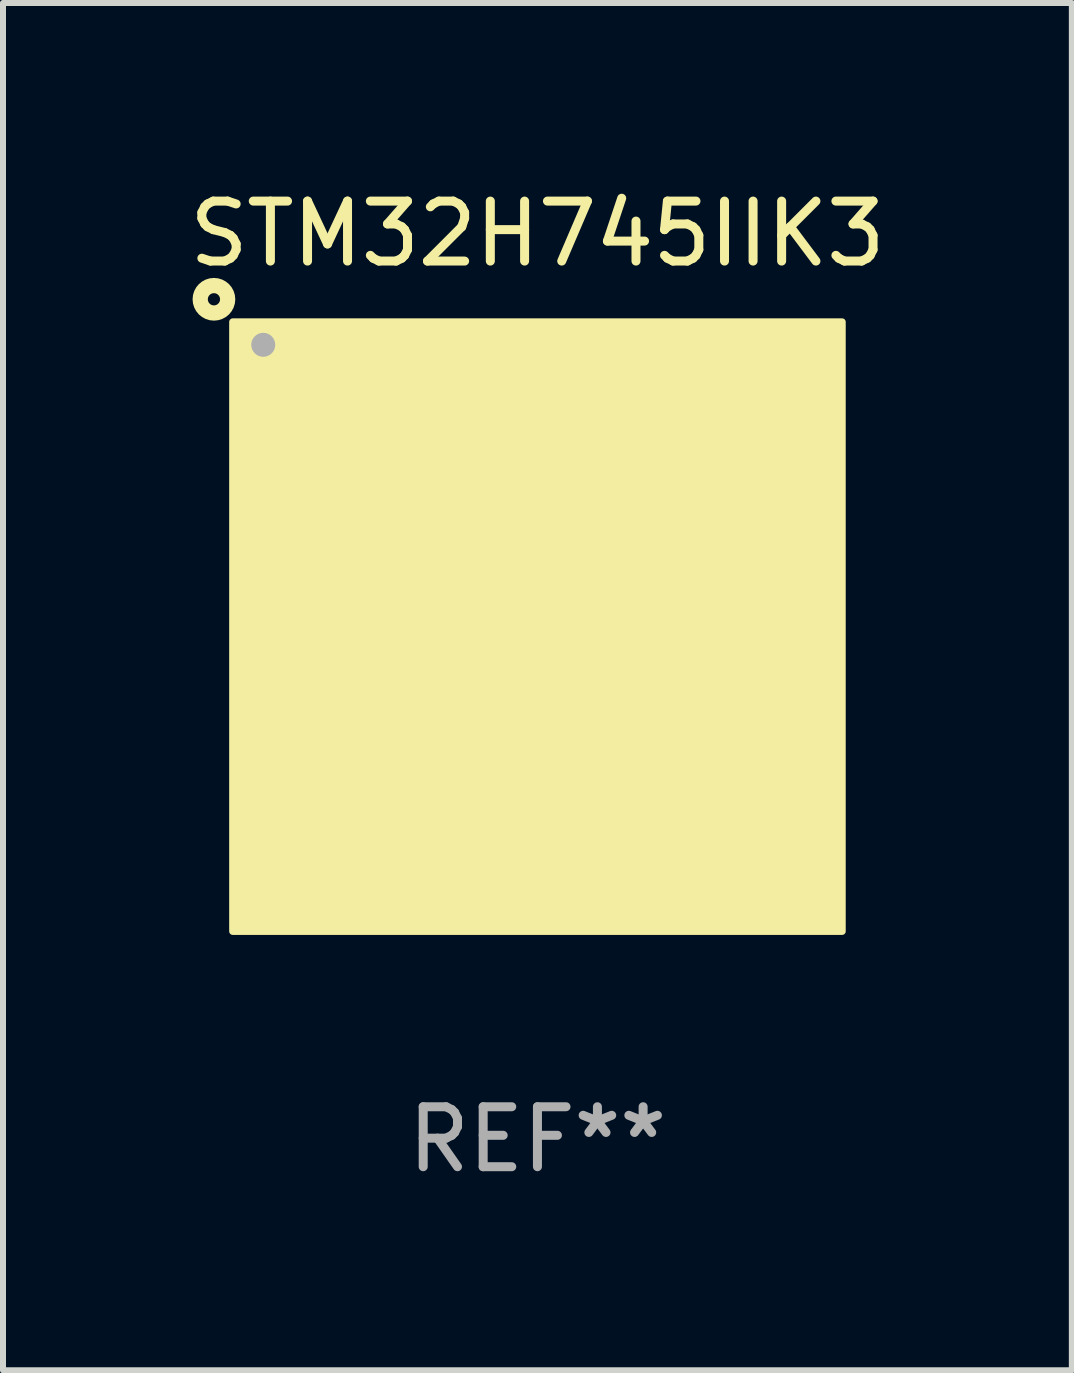
<source format=kicad_pcb>
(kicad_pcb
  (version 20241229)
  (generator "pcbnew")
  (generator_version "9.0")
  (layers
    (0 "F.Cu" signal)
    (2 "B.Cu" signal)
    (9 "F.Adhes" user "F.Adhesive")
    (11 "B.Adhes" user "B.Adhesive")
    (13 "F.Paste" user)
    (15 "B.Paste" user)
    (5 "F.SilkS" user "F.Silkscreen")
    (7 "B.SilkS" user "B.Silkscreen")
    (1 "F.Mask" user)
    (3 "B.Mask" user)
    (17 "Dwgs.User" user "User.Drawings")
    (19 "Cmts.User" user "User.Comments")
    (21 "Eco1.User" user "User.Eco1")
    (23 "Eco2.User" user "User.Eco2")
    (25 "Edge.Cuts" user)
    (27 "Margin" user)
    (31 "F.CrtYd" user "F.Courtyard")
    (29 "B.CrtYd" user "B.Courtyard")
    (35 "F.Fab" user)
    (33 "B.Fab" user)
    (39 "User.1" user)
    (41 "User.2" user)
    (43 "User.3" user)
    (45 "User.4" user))
  (footprint "STM32H745IIK3"
    (layer "F.Cu")
    (at 5.911 7.398)
    (property "Reference" "STM32H745IIK3" (at 0 -6.55 0) (layer "F.SilkS") (effects (font (size 1 1) (thickness 0.15))))
    (attr through_hole)
    (fp_circle (center -5.394 -5.458) (end -5.292 -5.458) (stroke (width 0.254) (type solid)) (fill no) (layer "F.SilkS"))
    (fp_circle (center -5 -5) (end -4.97 -5) (stroke (width 0.06) (type solid)) (fill no) (layer "F.SilkS"))
    (fp_poly (pts (xy -5.08 -5.08) (xy 5.08 -5.08) (xy 5.08 5.08) (xy -5.08 5.08)) (stroke (width 0.12) (type solid)) (fill yes) (layer "F.SilkS"))
    (fp_circle (center -4.572 -4.699) (end -4.472 -4.699) (stroke (width 0.2) (type solid)) (fill no) (layer "F.Fab"))
    (fp_text user "REF**" (at 0 8.55 0) (layer "F.Fab") (effects (font (size 1 1) (thickness 0.15))))
    (pad "A1" smd circle (at -4.55 -4.55) (size 0.3 0.3) (layers "F.Cu" "F.Mask" "F.Paste"))
    (pad "A2" smd circle (at -3.9 -4.55) (size 0.3 0.3) (layers "F.Cu" "F.Mask" "F.Paste"))
    (pad "A3" smd circle (at -3.25 -4.55) (size 0.3 0.3) (layers "F.Cu" "F.Mask" "F.Paste"))
    (pad "A4" smd circle (at -2.6 -4.55) (size 0.3 0.3) (layers "F.Cu" "F.Mask" "F.Paste"))
    (pad "A5" smd circle (at -1.95 -4.55) (size 0.3 0.3) (layers "F.Cu" "F.Mask" "F.Paste"))
    (pad "A6" smd circle (at -1.3 -4.55) (size 0.3 0.3) (layers "F.Cu" "F.Mask" "F.Paste"))
    (pad "A7" smd circle (at -0.65 -4.55) (size 0.3 0.3) (layers "F.Cu" "F.Mask" "F.Paste"))
    (pad "A8" smd circle (at -0.000127 -4.55) (size 0.3 0.3) (layers "F.Cu" "F.Mask" "F.Paste"))
    (pad "A9" smd circle (at 0.65 -4.55) (size 0.3 0.3) (layers "F.Cu" "F.Mask" "F.Paste"))
    (pad "A10" smd circle (at 1.3 -4.55) (size 0.3 0.3) (layers "F.Cu" "F.Mask" "F.Paste"))
    (pad "A11" smd circle (at 1.95 -4.55) (size 0.3 0.3) (layers "F.Cu" "F.Mask" "F.Paste"))
    (pad "A12" smd circle (at 2.6 -4.55) (size 0.3 0.3) (layers "F.Cu" "F.Mask" "F.Paste"))
    (pad "A13" smd circle (at 3.25 -4.55) (size 0.3 0.3) (layers "F.Cu" "F.Mask" "F.Paste"))
    (pad "A14" smd circle (at 3.9 -4.55) (size 0.3 0.3) (layers "F.Cu" "F.Mask" "F.Paste"))
    (pad "A15" smd circle (at 4.55 -4.55) (size 0.3 0.3) (layers "F.Cu" "F.Mask" "F.Paste"))
    (pad "B1" smd circle (at -4.55 -3.9) (size 0.3 0.3) (layers "F.Cu" "F.Mask" "F.Paste"))
    (pad "B2" smd circle (at -3.9 -3.9) (size 0.3 0.3) (layers "F.Cu" "F.Mask" "F.Paste"))
    (pad "B3" smd circle (at -3.25 -3.9) (size 0.3 0.3) (layers "F.Cu" "F.Mask" "F.Paste"))
    (pad "B4" smd circle (at -2.6 -3.9) (size 0.3 0.3) (layers "F.Cu" "F.Mask" "F.Paste"))
    (pad "B5" smd circle (at -1.95 -3.9) (size 0.3 0.3) (layers "F.Cu" "F.Mask" "F.Paste"))
    (pad "B6" smd circle (at -1.3 -3.9) (size 0.3 0.3) (layers "F.Cu" "F.Mask" "F.Paste"))
    (pad "B7" smd circle (at -0.65 -3.9) (size 0.3 0.3) (layers "F.Cu" "F.Mask" "F.Paste"))
    (pad "B8" smd circle (at 0.000127 -3.9) (size 0.3 0.3) (layers "F.Cu" "F.Mask" "F.Paste"))
    (pad "B9" smd circle (at 0.65 -3.9) (size 0.3 0.3) (layers "F.Cu" "F.Mask" "F.Paste"))
    (pad "B10" smd circle (at 1.3 -3.9) (size 0.3 0.3) (layers "F.Cu" "F.Mask" "F.Paste"))
    (pad "B11" smd circle (at 1.95 -3.9) (size 0.3 0.3) (layers "F.Cu" "F.Mask" "F.Paste"))
    (pad "B12" smd circle (at 2.6 -3.9) (size 0.3 0.3) (layers "F.Cu" "F.Mask" "F.Paste"))
    (pad "B13" smd circle (at 3.25 -3.9) (size 0.3 0.3) (layers "F.Cu" "F.Mask" "F.Paste"))
    (pad "B14" smd circle (at 3.9 -3.9) (size 0.3 0.3) (layers "F.Cu" "F.Mask" "F.Paste"))
    (pad "B15" smd circle (at 4.55 -3.9) (size 0.3 0.3) (layers "F.Cu" "F.Mask" "F.Paste"))
    (pad "C1" smd circle (at -4.55 -3.25) (size 0.3 0.3) (layers "F.Cu" "F.Mask" "F.Paste"))
    (pad "C2" smd circle (at -3.9 -3.25) (size 0.3 0.3) (layers "F.Cu" "F.Mask" "F.Paste"))
    (pad "C3" smd circle (at -3.25 -3.25) (size 0.3 0.3) (layers "F.Cu" "F.Mask" "F.Paste"))
    (pad "C4" smd circle (at -2.6 -3.25) (size 0.3 0.3) (layers "F.Cu" "F.Mask" "F.Paste"))
    (pad "C5" smd circle (at -1.95 -3.25) (size 0.3 0.3) (layers "F.Cu" "F.Mask" "F.Paste"))
    (pad "C6" smd circle (at -1.3 -3.25) (size 0.3 0.3) (layers "F.Cu" "F.Mask" "F.Paste"))
    (pad "C7" smd circle (at -0.65 -3.25) (size 0.3 0.3) (layers "F.Cu" "F.Mask" "F.Paste"))
    (pad "C8" smd circle (at 0.000127 -3.25) (size 0.3 0.3) (layers "F.Cu" "F.Mask" "F.Paste"))
    (pad "C9" smd circle (at 0.65 -3.25) (size 0.3 0.3) (layers "F.Cu" "F.Mask" "F.Paste"))
    (pad "C10" smd circle (at 1.3 -3.25) (size 0.3 0.3) (layers "F.Cu" "F.Mask" "F.Paste"))
    (pad "C11" smd circle (at 1.95 -3.25) (size 0.3 0.3) (layers "F.Cu" "F.Mask" "F.Paste"))
    (pad "C12" smd circle (at 2.6 -3.25) (size 0.3 0.3) (layers "F.Cu" "F.Mask" "F.Paste"))
    (pad "C13" smd circle (at 3.25 -3.25) (size 0.3 0.3) (layers "F.Cu" "F.Mask" "F.Paste"))
    (pad "C14" smd circle (at 3.9 -3.25) (size 0.3 0.3) (layers "F.Cu" "F.Mask" "F.Paste"))
    (pad "C15" smd circle (at 4.55 -3.25) (size 0.3 0.3) (layers "F.Cu" "F.Mask" "F.Paste"))
    (pad "D1" smd circle (at -4.55 -2.6) (size 0.3 0.3) (layers "F.Cu" "F.Mask" "F.Paste"))
    (pad "D2" smd circle (at -3.9 -2.6) (size 0.3 0.3) (layers "F.Cu" "F.Mask" "F.Paste"))
    (pad "D3" smd circle (at -3.25 -2.6) (size 0.3 0.3) (layers "F.Cu" "F.Mask" "F.Paste"))
    (pad "D4" smd circle (at -2.6 -2.6) (size 0.3 0.3) (layers "F.Cu" "F.Mask" "F.Paste"))
    (pad "D5" smd circle (at -1.95 -2.6) (size 0.3 0.3) (layers "F.Cu" "F.Mask" "F.Paste"))
    (pad "D6" smd circle (at -1.3 -2.6) (size 0.3 0.3) (layers "F.Cu" "F.Mask" "F.Paste"))
    (pad "D7" smd circle (at -0.65 -2.6) (size 0.3 0.3) (layers "F.Cu" "F.Mask" "F.Paste"))
    (pad "D8" smd circle (at -0.000127 -2.6) (size 0.3 0.3) (layers "F.Cu" "F.Mask" "F.Paste"))
    (pad "D9" smd circle (at 0.65 -2.6) (size 0.3 0.3) (layers "F.Cu" "F.Mask" "F.Paste"))
    (pad "D10" smd circle (at 1.3 -2.6) (size 0.3 0.3) (layers "F.Cu" "F.Mask" "F.Paste"))
    (pad "D11" smd circle (at 1.95 -2.6) (size 0.3 0.3) (layers "F.Cu" "F.Mask" "F.Paste"))
    (pad "D12" smd circle (at 2.6 -2.6) (size 0.3 0.3) (layers "F.Cu" "F.Mask" "F.Paste"))
    (pad "D13" smd circle (at 3.25 -2.6) (size 0.3 0.3) (layers "F.Cu" "F.Mask" "F.Paste"))
    (pad "D14" smd circle (at 3.9 -2.6) (size 0.3 0.3) (layers "F.Cu" "F.Mask" "F.Paste"))
    (pad "D15" smd circle (at 4.55 -2.6) (size 0.3 0.3) (layers "F.Cu" "F.Mask" "F.Paste"))
    (pad "E1" smd circle (at -4.55 -1.95) (size 0.3 0.3) (layers "F.Cu" "F.Mask" "F.Paste"))
    (pad "E2" smd circle (at -3.9 -1.95) (size 0.3 0.3) (layers "F.Cu" "F.Mask" "F.Paste"))
    (pad "E3" smd circle (at -3.25 -1.95) (size 0.3 0.3) (layers "F.Cu" "F.Mask" "F.Paste"))
    (pad "E4" smd circle (at -2.6 -1.95) (size 0.3 0.3) (layers "F.Cu" "F.Mask" "F.Paste"))
    (pad "E12" smd circle (at 2.6 -1.95) (size 0.3 0.3) (layers "F.Cu" "F.Mask" "F.Paste"))
    (pad "E13" smd circle (at 3.25 -1.95) (size 0.3 0.3) (layers "F.Cu" "F.Mask" "F.Paste"))
    (pad "E14" smd circle (at 3.9 -1.95) (size 0.3 0.3) (layers "F.Cu" "F.Mask" "F.Paste"))
    (pad "E15" smd circle (at 4.55 -1.95) (size 0.3 0.3) (layers "F.Cu" "F.Mask" "F.Paste"))
    (pad "F1" smd circle (at -4.55 -1.3) (size 0.3 0.3) (layers "F.Cu" "F.Mask" "F.Paste"))
    (pad "F2" smd circle (at -3.9 -1.3) (size 0.3 0.3) (layers "F.Cu" "F.Mask" "F.Paste"))
    (pad "F3" smd circle (at -3.25 -1.3) (size 0.3 0.3) (layers "F.Cu" "F.Mask" "F.Paste"))
    (pad "F4" smd circle (at -2.6 -1.3) (size 0.3 0.3) (layers "F.Cu" "F.Mask" "F.Paste"))
    (pad "F6" smd circle (at -1.3 -1.3) (size 0.3 0.3) (layers "F.Cu" "F.Mask" "F.Paste"))
    (pad "F7" smd circle (at -0.65 -1.3) (size 0.3 0.3) (layers "F.Cu" "F.Mask" "F.Paste"))
    (pad "F8" smd circle (at 0.000127 -1.3) (size 0.3 0.3) (layers "F.Cu" "F.Mask" "F.Paste"))
    (pad "F9" smd circle (at 0.65 -1.3) (size 0.3 0.3) (layers "F.Cu" "F.Mask" "F.Paste"))
    (pad "F10" smd circle (at 1.3 -1.3) (size 0.3 0.3) (layers "F.Cu" "F.Mask" "F.Paste"))
    (pad "F12" smd circle (at 2.6 -1.3) (size 0.3 0.3) (layers "F.Cu" "F.Mask" "F.Paste"))
    (pad "F13" smd circle (at 3.25 -1.3) (size 0.3 0.3) (layers "F.Cu" "F.Mask" "F.Paste"))
    (pad "F14" smd circle (at 3.9 -1.3) (size 0.3 0.3) (layers "F.Cu" "F.Mask" "F.Paste"))
    (pad "F15" smd circle (at 4.55 -1.3) (size 0.3 0.3) (layers "F.Cu" "F.Mask" "F.Paste"))
    (pad "G1" smd circle (at -4.55 -0.65) (size 0.3 0.3) (layers "F.Cu" "F.Mask" "F.Paste"))
    (pad "G2" smd circle (at -3.9 -0.65) (size 0.3 0.3) (layers "F.Cu" "F.Mask" "F.Paste"))
    (pad "G3" smd circle (at -3.25 -0.65) (size 0.3 0.3) (layers "F.Cu" "F.Mask" "F.Paste"))
    (pad "G4" smd circle (at -2.6 -0.65) (size 0.3 0.3) (layers "F.Cu" "F.Mask" "F.Paste"))
    (pad "G6" smd circle (at -1.3 -0.65) (size 0.3 0.3) (layers "F.Cu" "F.Mask" "F.Paste"))
    (pad "G7" smd circle (at -0.65 -0.65) (size 0.3 0.3) (layers "F.Cu" "F.Mask" "F.Paste"))
    (pad "G8" smd circle (at -0.000127 -0.65) (size 0.3 0.3) (layers "F.Cu" "F.Mask" "F.Paste"))
    (pad "G9" smd circle (at 0.65 -0.65) (size 0.3 0.3) (layers "F.Cu" "F.Mask" "F.Paste"))
    (pad "G10" smd circle (at 1.3 -0.65) (size 0.3 0.3) (layers "F.Cu" "F.Mask" "F.Paste"))
    (pad "G12" smd circle (at 2.6 -0.65) (size 0.3 0.3) (layers "F.Cu" "F.Mask" "F.Paste"))
    (pad "G13" smd circle (at 3.25 -0.65) (size 0.3 0.3) (layers "F.Cu" "F.Mask" "F.Paste"))
    (pad "G14" smd circle (at 3.9 -0.65) (size 0.3 0.3) (layers "F.Cu" "F.Mask" "F.Paste"))
    (pad "G15" smd circle (at 4.55 -0.65) (size 0.3 0.3) (layers "F.Cu" "F.Mask" "F.Paste"))
    (pad "H1" smd circle (at -4.55 -0.000127) (size 0.3 0.3) (layers "F.Cu" "F.Mask" "F.Paste"))
    (pad "H2" smd circle (at -3.9 -0.000127) (size 0.3 0.3) (layers "F.Cu" "F.Mask" "F.Paste"))
    (pad "H3" smd circle (at -3.25 -0.000127) (size 0.3 0.3) (layers "F.Cu" "F.Mask" "F.Paste"))
    (pad "H4" smd circle (at -2.6 -0.000127) (size 0.3 0.3) (layers "F.Cu" "F.Mask" "F.Paste"))
    (pad "H6" smd circle (at -1.3 -0.000127) (size 0.3 0.3) (layers "F.Cu" "F.Mask" "F.Paste"))
    (pad "H7" smd circle (at -0.65 -0.000127) (size 0.3 0.3) (layers "F.Cu" "F.Mask" "F.Paste"))
    (pad "H8" smd circle (at -0.000127 -0.000127) (size 0.3 0.3) (layers "F.Cu" "F.Mask" "F.Paste"))
    (pad "H9" smd circle (at 0.65 -0.000127) (size 0.3 0.3) (layers "F.Cu" "F.Mask" "F.Paste"))
    (pad "H10" smd circle (at 1.3 -0.000127) (size 0.3 0.3) (layers "F.Cu" "F.Mask" "F.Paste"))
    (pad "H12" smd circle (at 2.6 -0.000127) (size 0.3 0.3) (layers "F.Cu" "F.Mask" "F.Paste"))
    (pad "H13" smd circle (at 3.25 -0.000127) (size 0.3 0.3) (layers "F.Cu" "F.Mask" "F.Paste"))
    (pad "H14" smd circle (at 3.9 -0.000127) (size 0.3 0.3) (layers "F.Cu" "F.Mask" "F.Paste"))
    (pad "H15" smd circle (at 4.55 -0.000127) (size 0.3 0.3) (layers "F.Cu" "F.Mask" "F.Paste"))
    (pad "J1" smd circle (at -4.55 0.65) (size 0.3 0.3) (layers "F.Cu" "F.Mask" "F.Paste"))
    (pad "J2" smd circle (at -3.9 0.65) (size 0.3 0.3) (layers "F.Cu" "F.Mask" "F.Paste"))
    (pad "J3" smd circle (at -3.25 0.65) (size 0.3 0.3) (layers "F.Cu" "F.Mask" "F.Paste"))
    (pad "J4" smd circle (at -2.6 0.65) (size 0.3 0.3) (layers "F.Cu" "F.Mask" "F.Paste"))
    (pad "J6" smd circle (at -1.3 0.65) (size 0.3 0.3) (layers "F.Cu" "F.Mask" "F.Paste"))
    (pad "J7" smd circle (at -0.65 0.65) (size 0.3 0.3) (layers "F.Cu" "F.Mask" "F.Paste"))
    (pad "J8" smd circle (at -0.000127 0.65) (size 0.3 0.3) (layers "F.Cu" "F.Mask" "F.Paste"))
    (pad "J9" smd circle (at 0.65 0.65) (size 0.3 0.3) (layers "F.Cu" "F.Mask" "F.Paste"))
    (pad "J10" smd circle (at 1.3 0.65) (size 0.3 0.3) (layers "F.Cu" "F.Mask" "F.Paste"))
    (pad "J12" smd circle (at 2.6 0.65) (size 0.3 0.3) (layers "F.Cu" "F.Mask" "F.Paste"))
    (pad "J13" smd circle (at 3.25 0.65) (size 0.3 0.3) (layers "F.Cu" "F.Mask" "F.Paste"))
    (pad "J14" smd circle (at 3.9 0.65) (size 0.3 0.3) (layers "F.Cu" "F.Mask" "F.Paste"))
    (pad "J15" smd circle (at 4.55 0.65) (size 0.3 0.3) (layers "F.Cu" "F.Mask" "F.Paste"))
    (pad "K1" smd circle (at -4.55 1.3) (size 0.3 0.3) (layers "F.Cu" "F.Mask" "F.Paste"))
    (pad "K2" smd circle (at -3.9 1.3) (size 0.3 0.3) (layers "F.Cu" "F.Mask" "F.Paste"))
    (pad "K3" smd circle (at -3.25 1.3) (size 0.3 0.3) (layers "F.Cu" "F.Mask" "F.Paste"))
    (pad "K4" smd circle (at -2.6 1.3) (size 0.3 0.3) (layers "F.Cu" "F.Mask" "F.Paste"))
    (pad "K6" smd circle (at -1.3 1.3) (size 0.3 0.3) (layers "F.Cu" "F.Mask" "F.Paste"))
    (pad "K7" smd circle (at -0.65 1.3) (size 0.3 0.3) (layers "F.Cu" "F.Mask" "F.Paste"))
    (pad "K8" smd circle (at 0.000127 1.3) (size 0.3 0.3) (layers "F.Cu" "F.Mask" "F.Paste"))
    (pad "K9" smd circle (at 0.65 1.3) (size 0.3 0.3) (layers "F.Cu" "F.Mask" "F.Paste"))
    (pad "K10" smd circle (at 1.3 1.3) (size 0.3 0.3) (layers "F.Cu" "F.Mask" "F.Paste"))
    (pad "K12" smd circle (at 2.6 1.3) (size 0.3 0.3) (layers "F.Cu" "F.Mask" "F.Paste"))
    (pad "K13" smd circle (at 3.25 1.3) (size 0.3 0.3) (layers "F.Cu" "F.Mask" "F.Paste"))
    (pad "K14" smd circle (at 3.9 1.3) (size 0.3 0.3) (layers "F.Cu" "F.Mask" "F.Paste"))
    (pad "K15" smd circle (at 4.55 1.3) (size 0.3 0.3) (layers "F.Cu" "F.Mask" "F.Paste"))
    (pad "L1" smd circle (at -4.55 1.95) (size 0.3 0.3) (layers "F.Cu" "F.Mask" "F.Paste"))
    (pad "L2" smd circle (at -3.9 1.95) (size 0.3 0.3) (layers "F.Cu" "F.Mask" "F.Paste"))
    (pad "L3" smd circle (at -3.25 1.95) (size 0.3 0.3) (layers "F.Cu" "F.Mask" "F.Paste"))
    (pad "L4" smd circle (at -2.6 1.95) (size 0.3 0.3) (layers "F.Cu" "F.Mask" "F.Paste"))
    (pad "L12" smd circle (at 2.6 1.95) (size 0.3 0.3) (layers "F.Cu" "F.Mask" "F.Paste"))
    (pad "L13" smd circle (at 3.25 1.95) (size 0.3 0.3) (layers "F.Cu" "F.Mask" "F.Paste"))
    (pad "L14" smd circle (at 3.9 1.95) (size 0.3 0.3) (layers "F.Cu" "F.Mask" "F.Paste"))
    (pad "L15" smd circle (at 4.55 1.95) (size 0.3 0.3) (layers "F.Cu" "F.Mask" "F.Paste"))
    (pad "M1" smd circle (at -4.55 2.6) (size 0.3 0.3) (layers "F.Cu" "F.Mask" "F.Paste"))
    (pad "M2" smd circle (at -3.9 2.6) (size 0.3 0.3) (layers "F.Cu" "F.Mask" "F.Paste"))
    (pad "M3" smd circle (at -3.25 2.6) (size 0.3 0.3) (layers "F.Cu" "F.Mask" "F.Paste"))
    (pad "M4" smd circle (at -2.6 2.6) (size 0.3 0.3) (layers "F.Cu" "F.Mask" "F.Paste"))
    (pad "M5" smd circle (at -1.95 2.6) (size 0.3 0.3) (layers "F.Cu" "F.Mask" "F.Paste"))
    (pad "M6" smd circle (at -1.3 2.6) (size 0.3 0.3) (layers "F.Cu" "F.Mask" "F.Paste"))
    (pad "M7" smd circle (at -0.65 2.6) (size 0.3 0.3) (layers "F.Cu" "F.Mask" "F.Paste"))
    (pad "M8" smd circle (at -0.000127 2.6) (size 0.3 0.3) (layers "F.Cu" "F.Mask" "F.Paste"))
    (pad "M9" smd circle (at 0.65 2.6) (size 0.3 0.3) (layers "F.Cu" "F.Mask" "F.Paste"))
    (pad "M10" smd circle (at 1.3 2.6) (size 0.3 0.3) (layers "F.Cu" "F.Mask" "F.Paste"))
    (pad "M11" smd circle (at 1.95 2.6) (size 0.3 0.3) (layers "F.Cu" "F.Mask" "F.Paste"))
    (pad "M12" smd circle (at 2.6 2.6) (size 0.3 0.3) (layers "F.Cu" "F.Mask" "F.Paste"))
    (pad "M13" smd circle (at 3.25 2.6) (size 0.3 0.3) (layers "F.Cu" "F.Mask" "F.Paste"))
    (pad "M14" smd circle (at 3.9 2.6) (size 0.3 0.3) (layers "F.Cu" "F.Mask" "F.Paste"))
    (pad "M15" smd circle (at 4.55 2.6) (size 0.3 0.3) (layers "F.Cu" "F.Mask" "F.Paste"))
    (pad "N1" smd circle (at -4.55 3.25) (size 0.3 0.3) (layers "F.Cu" "F.Mask" "F.Paste"))
    (pad "N2" smd circle (at -3.9 3.25) (size 0.3 0.3) (layers "F.Cu" "F.Mask" "F.Paste"))
    (pad "N3" smd circle (at -3.25 3.25) (size 0.3 0.3) (layers "F.Cu" "F.Mask" "F.Paste"))
    (pad "N4" smd circle (at -2.6 3.25) (size 0.3 0.3) (layers "F.Cu" "F.Mask" "F.Paste"))
    (pad "N5" smd circle (at -1.95 3.25) (size 0.3 0.3) (layers "F.Cu" "F.Mask" "F.Paste"))
    (pad "N6" smd circle (at -1.3 3.25) (size 0.3 0.3) (layers "F.Cu" "F.Mask" "F.Paste"))
    (pad "N7" smd circle (at -0.65 3.25) (size 0.3 0.3) (layers "F.Cu" "F.Mask" "F.Paste"))
    (pad "N8" smd circle (at -0.000127 3.25) (size 0.3 0.3) (layers "F.Cu" "F.Mask" "F.Paste"))
    (pad "N9" smd circle (at 0.65 3.25) (size 0.3 0.3) (layers "F.Cu" "F.Mask" "F.Paste"))
    (pad "N10" smd circle (at 1.3 3.25) (size 0.3 0.3) (layers "F.Cu" "F.Mask" "F.Paste"))
    (pad "N11" smd circle (at 1.95 3.25) (size 0.3 0.3) (layers "F.Cu" "F.Mask" "F.Paste"))
    (pad "N12" smd circle (at 2.6 3.25) (size 0.3 0.3) (layers "F.Cu" "F.Mask" "F.Paste"))
    (pad "N13" smd circle (at 3.25 3.25) (size 0.3 0.3) (layers "F.Cu" "F.Mask" "F.Paste"))
    (pad "N14" smd circle (at 3.9 3.25) (size 0.3 0.3) (layers "F.Cu" "F.Mask" "F.Paste"))
    (pad "N15" smd circle (at 4.55 3.25) (size 0.3 0.3) (layers "F.Cu" "F.Mask" "F.Paste"))
    (pad "P1" smd circle (at -4.55 3.9) (size 0.3 0.3) (layers "F.Cu" "F.Mask" "F.Paste"))
    (pad "P2" smd circle (at -3.9 3.9) (size 0.3 0.3) (layers "F.Cu" "F.Mask" "F.Paste"))
    (pad "P3" smd circle (at -3.25 3.9) (size 0.3 0.3) (layers "F.Cu" "F.Mask" "F.Paste"))
    (pad "P4" smd circle (at -2.6 3.9) (size 0.3 0.3) (layers "F.Cu" "F.Mask" "F.Paste"))
    (pad "P5" smd circle (at -1.95 3.9) (size 0.3 0.3) (layers "F.Cu" "F.Mask" "F.Paste"))
    (pad "P6" smd circle (at -1.3 3.9) (size 0.3 0.3) (layers "F.Cu" "F.Mask" "F.Paste"))
    (pad "P7" smd circle (at -0.65 3.9) (size 0.3 0.3) (layers "F.Cu" "F.Mask" "F.Paste"))
    (pad "P8" smd circle (at 0.000127 3.9) (size 0.3 0.3) (layers "F.Cu" "F.Mask" "F.Paste"))
    (pad "P9" smd circle (at 0.65 3.9) (size 0.3 0.3) (layers "F.Cu" "F.Mask" "F.Paste"))
    (pad "P10" smd circle (at 1.3 3.9) (size 0.3 0.3) (layers "F.Cu" "F.Mask" "F.Paste"))
    (pad "P11" smd circle (at 1.95 3.9) (size 0.3 0.3) (layers "F.Cu" "F.Mask" "F.Paste"))
    (pad "P12" smd circle (at 2.6 3.9) (size 0.3 0.3) (layers "F.Cu" "F.Mask" "F.Paste"))
    (pad "P13" smd circle (at 3.25 3.9) (size 0.3 0.3) (layers "F.Cu" "F.Mask" "F.Paste"))
    (pad "P14" smd circle (at 3.9 3.9) (size 0.3 0.3) (layers "F.Cu" "F.Mask" "F.Paste"))
    (pad "P15" smd circle (at 4.55 3.9) (size 0.3 0.3) (layers "F.Cu" "F.Mask" "F.Paste"))
    (pad "R1" smd circle (at -4.55 4.55) (size 0.3 0.3) (layers "F.Cu" "F.Mask" "F.Paste"))
    (pad "R2" smd circle (at -3.9 4.55) (size 0.3 0.3) (layers "F.Cu" "F.Mask" "F.Paste"))
    (pad "R3" smd circle (at -3.25 4.55) (size 0.3 0.3) (layers "F.Cu" "F.Mask" "F.Paste"))
    (pad "R4" smd circle (at -2.6 4.55) (size 0.3 0.3) (layers "F.Cu" "F.Mask" "F.Paste"))
    (pad "R5" smd circle (at -1.95 4.55) (size 0.3 0.3) (layers "F.Cu" "F.Mask" "F.Paste"))
    (pad "R6" smd circle (at -1.3 4.55) (size 0.3 0.3) (layers "F.Cu" "F.Mask" "F.Paste"))
    (pad "R7" smd circle (at -0.65 4.55) (size 0.3 0.3) (layers "F.Cu" "F.Mask" "F.Paste"))
    (pad "R8" smd circle (at -0.000127 4.55) (size 0.3 0.3) (layers "F.Cu" "F.Mask" "F.Paste"))
    (pad "R9" smd circle (at 0.65 4.55) (size 0.3 0.3) (layers "F.Cu" "F.Mask" "F.Paste"))
    (pad "R10" smd circle (at 1.3 4.55) (size 0.3 0.3) (layers "F.Cu" "F.Mask" "F.Paste"))
    (pad "R11" smd circle (at 1.95 4.55) (size 0.3 0.3) (layers "F.Cu" "F.Mask" "F.Paste"))
    (pad "R12" smd circle (at 2.6 4.55) (size 0.3 0.3) (layers "F.Cu" "F.Mask" "F.Paste"))
    (pad "R13" smd circle (at 3.25 4.55) (size 0.3 0.3) (layers "F.Cu" "F.Mask" "F.Paste"))
    (pad "R14" smd circle (at 3.9 4.55) (size 0.3 0.3) (layers "F.Cu" "F.Mask" "F.Paste"))
    (pad "R15" smd circle (at 4.55 4.55) (size 0.3 0.3) (layers "F.Cu" "F.Mask" "F.Paste")))
  (gr_rect
    (start -3 -3)
    (end 14.821 19.797)
    (stroke (width 0.1) (type default))
    (fill no)
    (layer "Edge.Cuts")))
</source>
